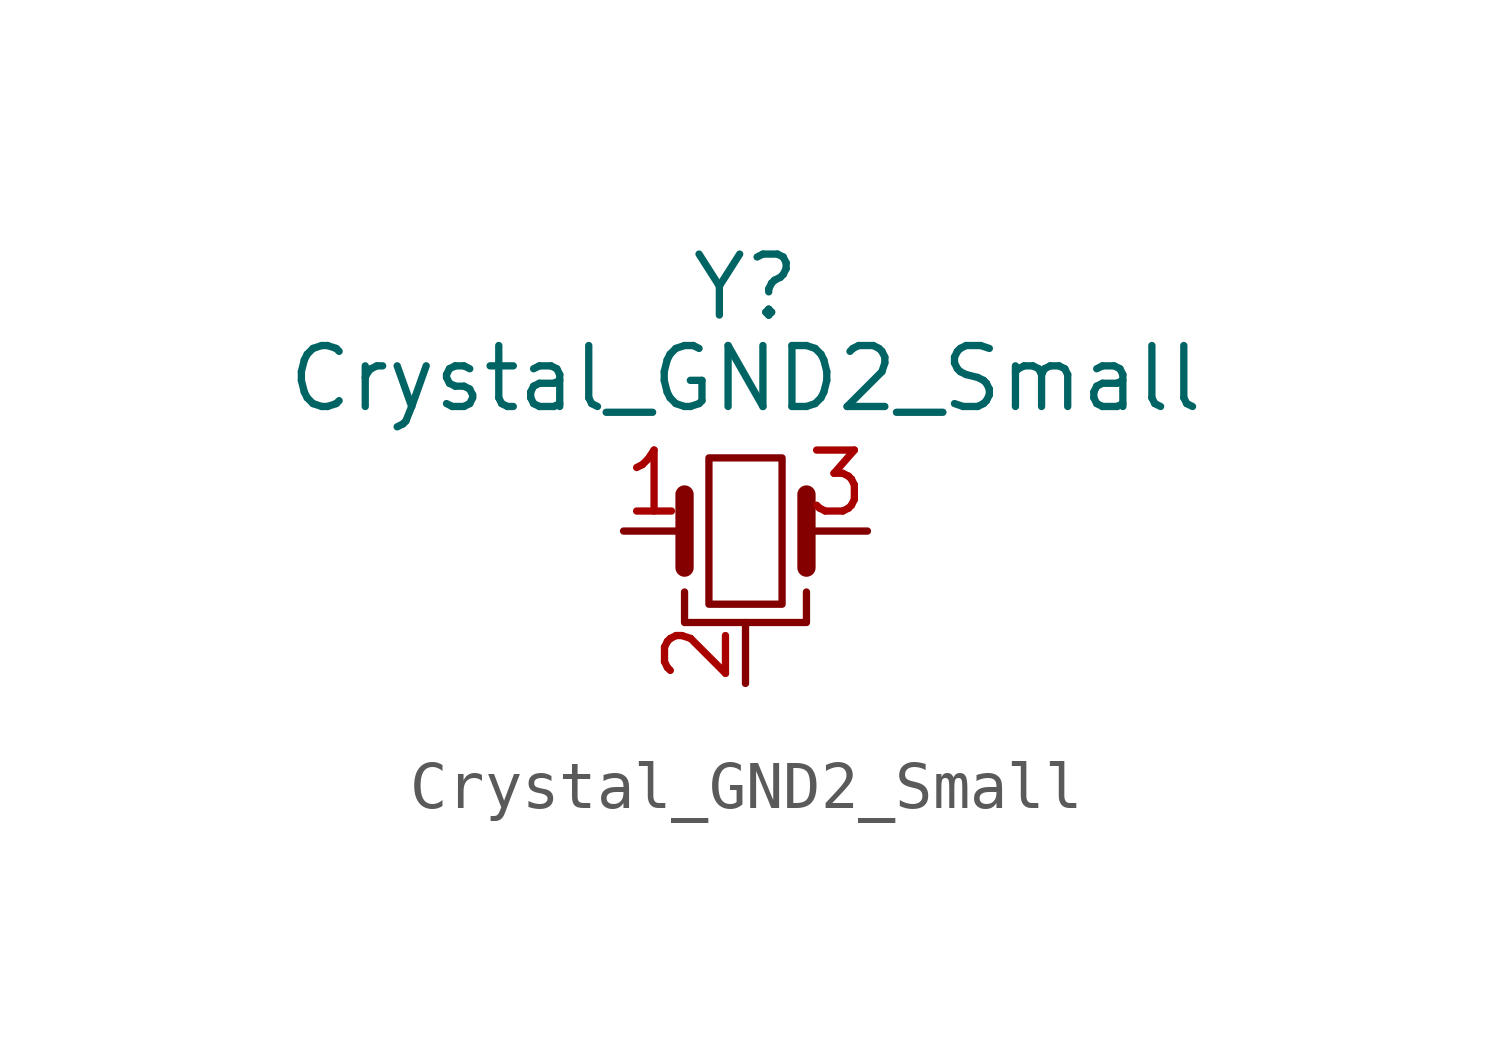
<source format=kicad_sym>
(kicad_symbol_lib
  (version 20211014)
  (generator kicad_symbol_editor)
  (symbol "Crystal_GND2_Small"
    (pin_names
      (offset 1.016) hide)
    (property "Reference" "Y"
      (at 0 5.08 0)
      (effects (font (size 1.27 1.27))))
    (property "Value" "Crystal_GND2_Small"
      (at 0 3.175 0)
      (effects (font (size 1.27 1.27))))
    (symbol "Crystal_GND2_Small_0_1"
      (rectangle (start -0.762 -1.524) (end 0.762 1.524) (stroke (width 0) (type default) (color 0 0 0 0)) (fill (type none)))
      (polyline (pts (xy -1.27 -0.762) (xy -1.27 0.762)) (stroke (width 0.381) (type default) (color 0 0 0 0)) (fill (type none)))
      (polyline (pts (xy 1.27 -0.762) (xy 1.27 0.762)) (stroke (width 0.381) (type default) (color 0 0 0 0)) (fill (type none)))
      (polyline (pts (xy -1.27 -1.27) (xy -1.27 -1.905) (xy 1.27 -1.905) (xy 1.27 -1.27)) (stroke (width 0) (type default) (color 0 0 0 0)) (fill (type none))))
    (symbol "Crystal_GND2_Small_1_1"
      (pin passive line (at -2.54 0 0) (length 1.27) (name "1" (effects (font (size 1.27 1.27)))) (number "1" (effects (font (size 1.27 1.27)))))
      (pin passive line (at 0 -3.175 90) (length 1.27) (name "2" (effects (font (size 1.27 1.27)))) (number "2" (effects (font (size 1.27 1.27)))))
      (pin passive line (at 2.54 0 180) (length 1.27) (name "3" (effects (font (size 1.27 1.27)))) (number "3" (effects (font (size 1.27 1.27))))))))
</source>
